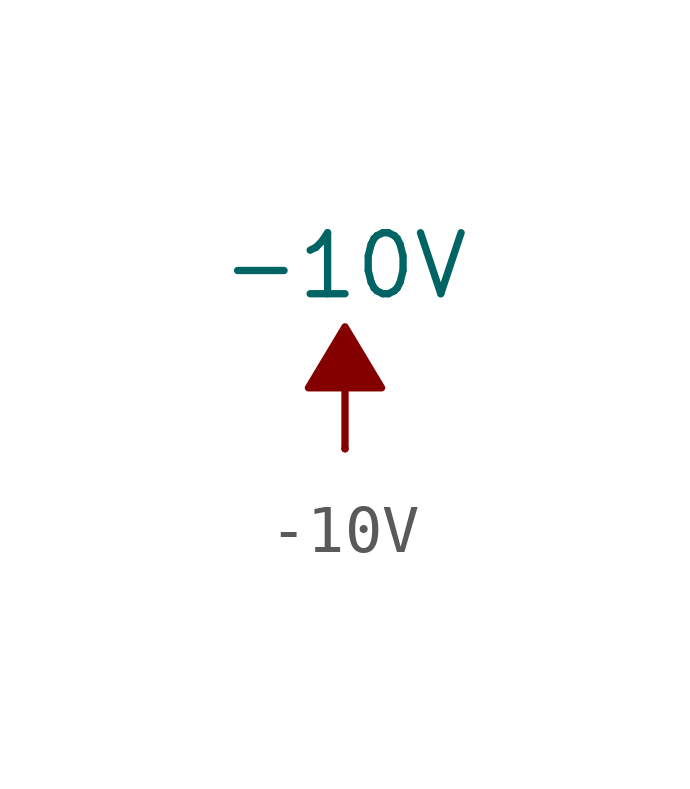
<source format=kicad_sym>
(kicad_symbol_lib
  (version 20231120)
  (generator "kicad_symbol_editor")
  (generator_version "8.0")
  (symbol "-10V"
    (power)
    (pin_numbers hide)
    (pin_names
      (offset 0) hide)
    (property "Reference" "#PWR"
      (at 0 2.54 0)
      (effects (font (size 1.27 1.27)) (hide yes)))
    (property "Value" "-10V"
      (at 0 3.81 0)
      (effects (font (size 1.27 1.27))))
    (symbol "-10V_0_0"
      (pin power_in line (at 0 0 90) (length 0) (name "~" (effects (font (size 1.27 1.27)))) (number "1" (effects (font (size 1.27 1.27))))))
    (symbol "-10V_0_1"
      (polyline (pts (xy 0 0) (xy 0 1.27) (xy 0.762 1.27) (xy 0 2.54) (xy -0.762 1.27) (xy 0 1.27)) (stroke (width 0) (type default)) (fill (type outline))))))
</source>
